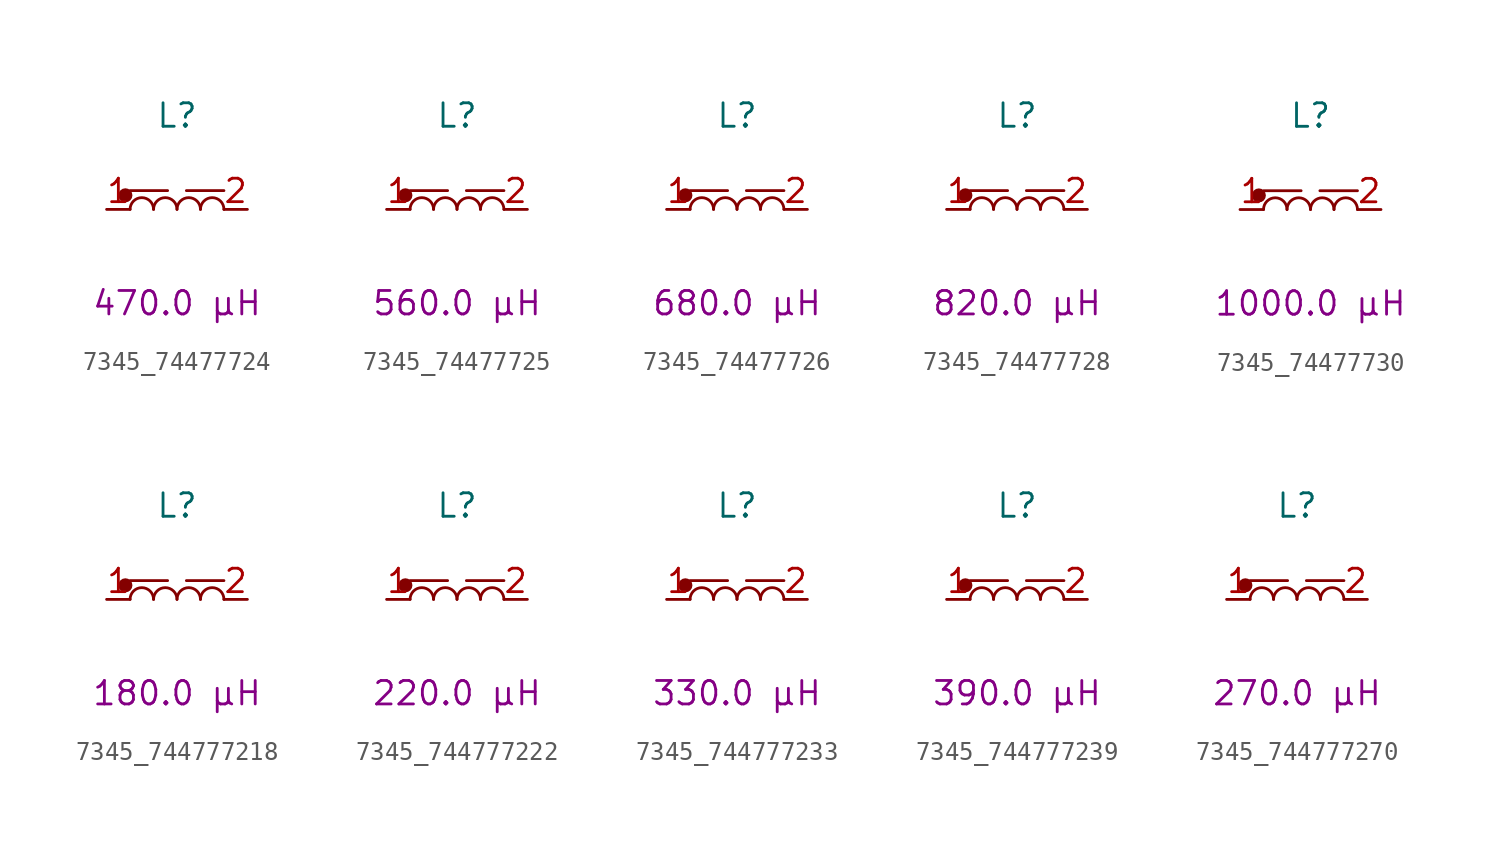
<source format=kicad_sym>
(kicad_symbol_lib
  (version 20220914)
  (generator kicad_symbol_editor)
  (symbol "7345_74477724"
    (pin_names hide)
    (property "Reference" "L"
      (at 0 5.08 0)
      (effects (font (size 1.27 1.27))))
    (property "Critical Parameter" "470.0 µH"
      (at 0 -5.08 0)
      (effects (font (size 1.27 1.27))))
    (symbol "7345_74477724_0_1"
      (arc (start -1.27 0) (mid -1.905 0.6323) (end -2.54 0) (stroke (width 0) (type default)) (fill (type none)))
      (arc (start 0 0) (mid -0.635 0.6323) (end -1.27 0) (stroke (width 0) (type default)) (fill (type none)))
      (polyline (pts (xy -2.54 1.016) (xy -0.508 1.016)) (stroke (width 0) (type default)) (fill (type none)))
      (arc (start 1.27 0) (mid 0.635 0.6323) (end 0 0) (stroke (width 0) (type default)) (fill (type none)))
      (arc (start 2.54 0) (mid 1.905 0.6323) (end 1.27 0) (stroke (width 0) (type default)) (fill (type none))))
    (symbol "7345_74477724_1_1"
      (circle (center -2.794 0.762) (radius 0.0001) (stroke (width 0.381) (type default)) (fill (type none)))
      (polyline (pts (xy 2.54 1.016) (xy 0.508 1.016)) (stroke (width 0) (type default)) (fill (type none)))
      (pin passive line (at -3.81 0 0) (length 1.27) (name "1" (effects (font (size 1.27 1.27)))) (number "1" (effects (font (size 1.27 1.27)))))
      (pin passive line (at 3.81 0 180) (length 1.27) (name "2" (effects (font (size 1.27 1.27)))) (number "2" (effects (font (size 1.27 1.27)))))))
  (symbol "7345_74477725"
    (pin_names hide)
    (property "Reference" "L"
      (at 0 5.08 0)
      (effects (font (size 1.27 1.27))))
    (property "Critical Parameter" "560.0 µH"
      (at 0 -5.08 0)
      (effects (font (size 1.27 1.27))))
    (symbol "7345_74477725_0_1"
      (arc (start -1.27 0) (mid -1.905 0.6323) (end -2.54 0) (stroke (width 0) (type default)) (fill (type none)))
      (arc (start 0 0) (mid -0.635 0.6323) (end -1.27 0) (stroke (width 0) (type default)) (fill (type none)))
      (polyline (pts (xy -2.54 1.016) (xy -0.508 1.016)) (stroke (width 0) (type default)) (fill (type none)))
      (arc (start 1.27 0) (mid 0.635 0.6323) (end 0 0) (stroke (width 0) (type default)) (fill (type none)))
      (arc (start 2.54 0) (mid 1.905 0.6323) (end 1.27 0) (stroke (width 0) (type default)) (fill (type none))))
    (symbol "7345_74477725_1_1"
      (circle (center -2.794 0.762) (radius 0.0001) (stroke (width 0.381) (type default)) (fill (type none)))
      (polyline (pts (xy 2.54 1.016) (xy 0.508 1.016)) (stroke (width 0) (type default)) (fill (type none)))
      (pin passive line (at -3.81 0 0) (length 1.27) (name "1" (effects (font (size 1.27 1.27)))) (number "1" (effects (font (size 1.27 1.27)))))
      (pin passive line (at 3.81 0 180) (length 1.27) (name "2" (effects (font (size 1.27 1.27)))) (number "2" (effects (font (size 1.27 1.27)))))))
  (symbol "7345_74477726"
    (pin_names hide)
    (property "Reference" "L"
      (at 0 5.08 0)
      (effects (font (size 1.27 1.27))))
    (property "Critical Parameter" "680.0 µH"
      (at 0 -5.08 0)
      (effects (font (size 1.27 1.27))))
    (symbol "7345_74477726_0_1"
      (arc (start -1.27 0) (mid -1.905 0.6323) (end -2.54 0) (stroke (width 0) (type default)) (fill (type none)))
      (arc (start 0 0) (mid -0.635 0.6323) (end -1.27 0) (stroke (width 0) (type default)) (fill (type none)))
      (polyline (pts (xy -2.54 1.016) (xy -0.508 1.016)) (stroke (width 0) (type default)) (fill (type none)))
      (arc (start 1.27 0) (mid 0.635 0.6323) (end 0 0) (stroke (width 0) (type default)) (fill (type none)))
      (arc (start 2.54 0) (mid 1.905 0.6323) (end 1.27 0) (stroke (width 0) (type default)) (fill (type none))))
    (symbol "7345_74477726_1_1"
      (circle (center -2.794 0.762) (radius 0.0001) (stroke (width 0.381) (type default)) (fill (type none)))
      (polyline (pts (xy 2.54 1.016) (xy 0.508 1.016)) (stroke (width 0) (type default)) (fill (type none)))
      (pin passive line (at -3.81 0 0) (length 1.27) (name "1" (effects (font (size 1.27 1.27)))) (number "1" (effects (font (size 1.27 1.27)))))
      (pin passive line (at 3.81 0 180) (length 1.27) (name "2" (effects (font (size 1.27 1.27)))) (number "2" (effects (font (size 1.27 1.27)))))))
  (symbol "7345_74477728"
    (pin_names hide)
    (property "Reference" "L"
      (at 0 5.08 0)
      (effects (font (size 1.27 1.27))))
    (property "Critical Parameter" "820.0 µH"
      (at 0 -5.08 0)
      (effects (font (size 1.27 1.27))))
    (symbol "7345_74477728_0_1"
      (arc (start -1.27 0) (mid -1.905 0.6323) (end -2.54 0) (stroke (width 0) (type default)) (fill (type none)))
      (arc (start 0 0) (mid -0.635 0.6323) (end -1.27 0) (stroke (width 0) (type default)) (fill (type none)))
      (polyline (pts (xy -2.54 1.016) (xy -0.508 1.016)) (stroke (width 0) (type default)) (fill (type none)))
      (arc (start 1.27 0) (mid 0.635 0.6323) (end 0 0) (stroke (width 0) (type default)) (fill (type none)))
      (arc (start 2.54 0) (mid 1.905 0.6323) (end 1.27 0) (stroke (width 0) (type default)) (fill (type none))))
    (symbol "7345_74477728_1_1"
      (circle (center -2.794 0.762) (radius 0.0001) (stroke (width 0.381) (type default)) (fill (type none)))
      (polyline (pts (xy 2.54 1.016) (xy 0.508 1.016)) (stroke (width 0) (type default)) (fill (type none)))
      (pin passive line (at -3.81 0 0) (length 1.27) (name "1" (effects (font (size 1.27 1.27)))) (number "1" (effects (font (size 1.27 1.27)))))
      (pin passive line (at 3.81 0 180) (length 1.27) (name "2" (effects (font (size 1.27 1.27)))) (number "2" (effects (font (size 1.27 1.27)))))))
  (symbol "7345_74477730"
    (pin_names hide)
    (property "Reference" "L"
      (at 0 5.08 0)
      (effects (font (size 1.27 1.27))))
    (property "Critical Parameter" "1000.0 µH"
      (at 0 -5.08 0)
      (effects (font (size 1.27 1.27))))
    (symbol "7345_74477730_0_1"
      (arc (start -1.27 0) (mid -1.905 0.6323) (end -2.54 0) (stroke (width 0) (type default)) (fill (type none)))
      (arc (start 0 0) (mid -0.635 0.6323) (end -1.27 0) (stroke (width 0) (type default)) (fill (type none)))
      (polyline (pts (xy -2.54 1.016) (xy -0.508 1.016)) (stroke (width 0) (type default)) (fill (type none)))
      (arc (start 1.27 0) (mid 0.635 0.6323) (end 0 0) (stroke (width 0) (type default)) (fill (type none)))
      (arc (start 2.54 0) (mid 1.905 0.6323) (end 1.27 0) (stroke (width 0) (type default)) (fill (type none))))
    (symbol "7345_74477730_1_1"
      (circle (center -2.794 0.762) (radius 0.0001) (stroke (width 0.381) (type default)) (fill (type none)))
      (polyline (pts (xy 2.54 1.016) (xy 0.508 1.016)) (stroke (width 0) (type default)) (fill (type none)))
      (pin passive line (at -3.81 0 0) (length 1.27) (name "1" (effects (font (size 1.27 1.27)))) (number "1" (effects (font (size 1.27 1.27)))))
      (pin passive line (at 3.81 0 180) (length 1.27) (name "2" (effects (font (size 1.27 1.27)))) (number "2" (effects (font (size 1.27 1.27)))))))
  (symbol "7345_744777218"
    (pin_names hide)
    (property "Reference" "L"
      (at 0 5.08 0)
      (effects (font (size 1.27 1.27))))
    (property "Critical Parameter" "180.0 µH"
      (at 0 -5.08 0)
      (effects (font (size 1.27 1.27))))
    (symbol "7345_744777218_0_1"
      (arc (start -1.27 0) (mid -1.905 0.6323) (end -2.54 0) (stroke (width 0) (type default)) (fill (type none)))
      (arc (start 0 0) (mid -0.635 0.6323) (end -1.27 0) (stroke (width 0) (type default)) (fill (type none)))
      (polyline (pts (xy -2.54 1.016) (xy -0.508 1.016)) (stroke (width 0) (type default)) (fill (type none)))
      (arc (start 1.27 0) (mid 0.635 0.6323) (end 0 0) (stroke (width 0) (type default)) (fill (type none)))
      (arc (start 2.54 0) (mid 1.905 0.6323) (end 1.27 0) (stroke (width 0) (type default)) (fill (type none))))
    (symbol "7345_744777218_1_1"
      (circle (center -2.794 0.762) (radius 0.0001) (stroke (width 0.381) (type default)) (fill (type none)))
      (polyline (pts (xy 2.54 1.016) (xy 0.508 1.016)) (stroke (width 0) (type default)) (fill (type none)))
      (pin passive line (at -3.81 0 0) (length 1.27) (name "1" (effects (font (size 1.27 1.27)))) (number "1" (effects (font (size 1.27 1.27)))))
      (pin passive line (at 3.81 0 180) (length 1.27) (name "2" (effects (font (size 1.27 1.27)))) (number "2" (effects (font (size 1.27 1.27)))))))
  (symbol "7345_744777222"
    (pin_names hide)
    (property "Reference" "L"
      (at 0 5.08 0)
      (effects (font (size 1.27 1.27))))
    (property "Critical Parameter" "220.0 µH"
      (at 0 -5.08 0)
      (effects (font (size 1.27 1.27))))
    (symbol "7345_744777222_0_1"
      (arc (start -1.27 0) (mid -1.905 0.6323) (end -2.54 0) (stroke (width 0) (type default)) (fill (type none)))
      (arc (start 0 0) (mid -0.635 0.6323) (end -1.27 0) (stroke (width 0) (type default)) (fill (type none)))
      (polyline (pts (xy -2.54 1.016) (xy -0.508 1.016)) (stroke (width 0) (type default)) (fill (type none)))
      (arc (start 1.27 0) (mid 0.635 0.6323) (end 0 0) (stroke (width 0) (type default)) (fill (type none)))
      (arc (start 2.54 0) (mid 1.905 0.6323) (end 1.27 0) (stroke (width 0) (type default)) (fill (type none))))
    (symbol "7345_744777222_1_1"
      (circle (center -2.794 0.762) (radius 0.0001) (stroke (width 0.381) (type default)) (fill (type none)))
      (polyline (pts (xy 2.54 1.016) (xy 0.508 1.016)) (stroke (width 0) (type default)) (fill (type none)))
      (pin passive line (at -3.81 0 0) (length 1.27) (name "1" (effects (font (size 1.27 1.27)))) (number "1" (effects (font (size 1.27 1.27)))))
      (pin passive line (at 3.81 0 180) (length 1.27) (name "2" (effects (font (size 1.27 1.27)))) (number "2" (effects (font (size 1.27 1.27)))))))
  (symbol "7345_744777233"
    (pin_names hide)
    (property "Reference" "L"
      (at 0 5.08 0)
      (effects (font (size 1.27 1.27))))
    (property "Critical Parameter" "330.0 µH"
      (at 0 -5.08 0)
      (effects (font (size 1.27 1.27))))
    (symbol "7345_744777233_0_1"
      (arc (start -1.27 0) (mid -1.905 0.6323) (end -2.54 0) (stroke (width 0) (type default)) (fill (type none)))
      (arc (start 0 0) (mid -0.635 0.6323) (end -1.27 0) (stroke (width 0) (type default)) (fill (type none)))
      (polyline (pts (xy -2.54 1.016) (xy -0.508 1.016)) (stroke (width 0) (type default)) (fill (type none)))
      (arc (start 1.27 0) (mid 0.635 0.6323) (end 0 0) (stroke (width 0) (type default)) (fill (type none)))
      (arc (start 2.54 0) (mid 1.905 0.6323) (end 1.27 0) (stroke (width 0) (type default)) (fill (type none))))
    (symbol "7345_744777233_1_1"
      (circle (center -2.794 0.762) (radius 0.0001) (stroke (width 0.381) (type default)) (fill (type none)))
      (polyline (pts (xy 2.54 1.016) (xy 0.508 1.016)) (stroke (width 0) (type default)) (fill (type none)))
      (pin passive line (at -3.81 0 0) (length 1.27) (name "1" (effects (font (size 1.27 1.27)))) (number "1" (effects (font (size 1.27 1.27)))))
      (pin passive line (at 3.81 0 180) (length 1.27) (name "2" (effects (font (size 1.27 1.27)))) (number "2" (effects (font (size 1.27 1.27)))))))
  (symbol "7345_744777239"
    (pin_names hide)
    (property "Reference" "L"
      (at 0 5.08 0)
      (effects (font (size 1.27 1.27))))
    (property "Critical Parameter" "390.0 µH"
      (at 0 -5.08 0)
      (effects (font (size 1.27 1.27))))
    (symbol "7345_744777239_0_1"
      (arc (start -1.27 0) (mid -1.905 0.6323) (end -2.54 0) (stroke (width 0) (type default)) (fill (type none)))
      (arc (start 0 0) (mid -0.635 0.6323) (end -1.27 0) (stroke (width 0) (type default)) (fill (type none)))
      (polyline (pts (xy -2.54 1.016) (xy -0.508 1.016)) (stroke (width 0) (type default)) (fill (type none)))
      (arc (start 1.27 0) (mid 0.635 0.6323) (end 0 0) (stroke (width 0) (type default)) (fill (type none)))
      (arc (start 2.54 0) (mid 1.905 0.6323) (end 1.27 0) (stroke (width 0) (type default)) (fill (type none))))
    (symbol "7345_744777239_1_1"
      (circle (center -2.794 0.762) (radius 0.0001) (stroke (width 0.381) (type default)) (fill (type none)))
      (polyline (pts (xy 2.54 1.016) (xy 0.508 1.016)) (stroke (width 0) (type default)) (fill (type none)))
      (pin passive line (at -3.81 0 0) (length 1.27) (name "1" (effects (font (size 1.27 1.27)))) (number "1" (effects (font (size 1.27 1.27)))))
      (pin passive line (at 3.81 0 180) (length 1.27) (name "2" (effects (font (size 1.27 1.27)))) (number "2" (effects (font (size 1.27 1.27)))))))
  (symbol "7345_744777270"
    (pin_names hide)
    (property "Reference" "L"
      (at 0 5.08 0)
      (effects (font (size 1.27 1.27))))
    (property "Critical Parameter" "270.0 µH"
      (at 0 -5.08 0)
      (effects (font (size 1.27 1.27))))
    (symbol "7345_744777270_0_1"
      (arc (start -1.27 0) (mid -1.905 0.6323) (end -2.54 0) (stroke (width 0) (type default)) (fill (type none)))
      (arc (start 0 0) (mid -0.635 0.6323) (end -1.27 0) (stroke (width 0) (type default)) (fill (type none)))
      (polyline (pts (xy -2.54 1.016) (xy -0.508 1.016)) (stroke (width 0) (type default)) (fill (type none)))
      (arc (start 1.27 0) (mid 0.635 0.6323) (end 0 0) (stroke (width 0) (type default)) (fill (type none)))
      (arc (start 2.54 0) (mid 1.905 0.6323) (end 1.27 0) (stroke (width 0) (type default)) (fill (type none))))
    (symbol "7345_744777270_1_1"
      (circle (center -2.794 0.762) (radius 0.0001) (stroke (width 0.381) (type default)) (fill (type none)))
      (polyline (pts (xy 2.54 1.016) (xy 0.508 1.016)) (stroke (width 0) (type default)) (fill (type none)))
      (pin passive line (at -3.81 0 0) (length 1.27) (name "1" (effects (font (size 1.27 1.27)))) (number "1" (effects (font (size 1.27 1.27)))))
      (pin passive line (at 3.81 0 180) (length 1.27) (name "2" (effects (font (size 1.27 1.27)))) (number "2" (effects (font (size 1.27 1.27))))))))
</source>
